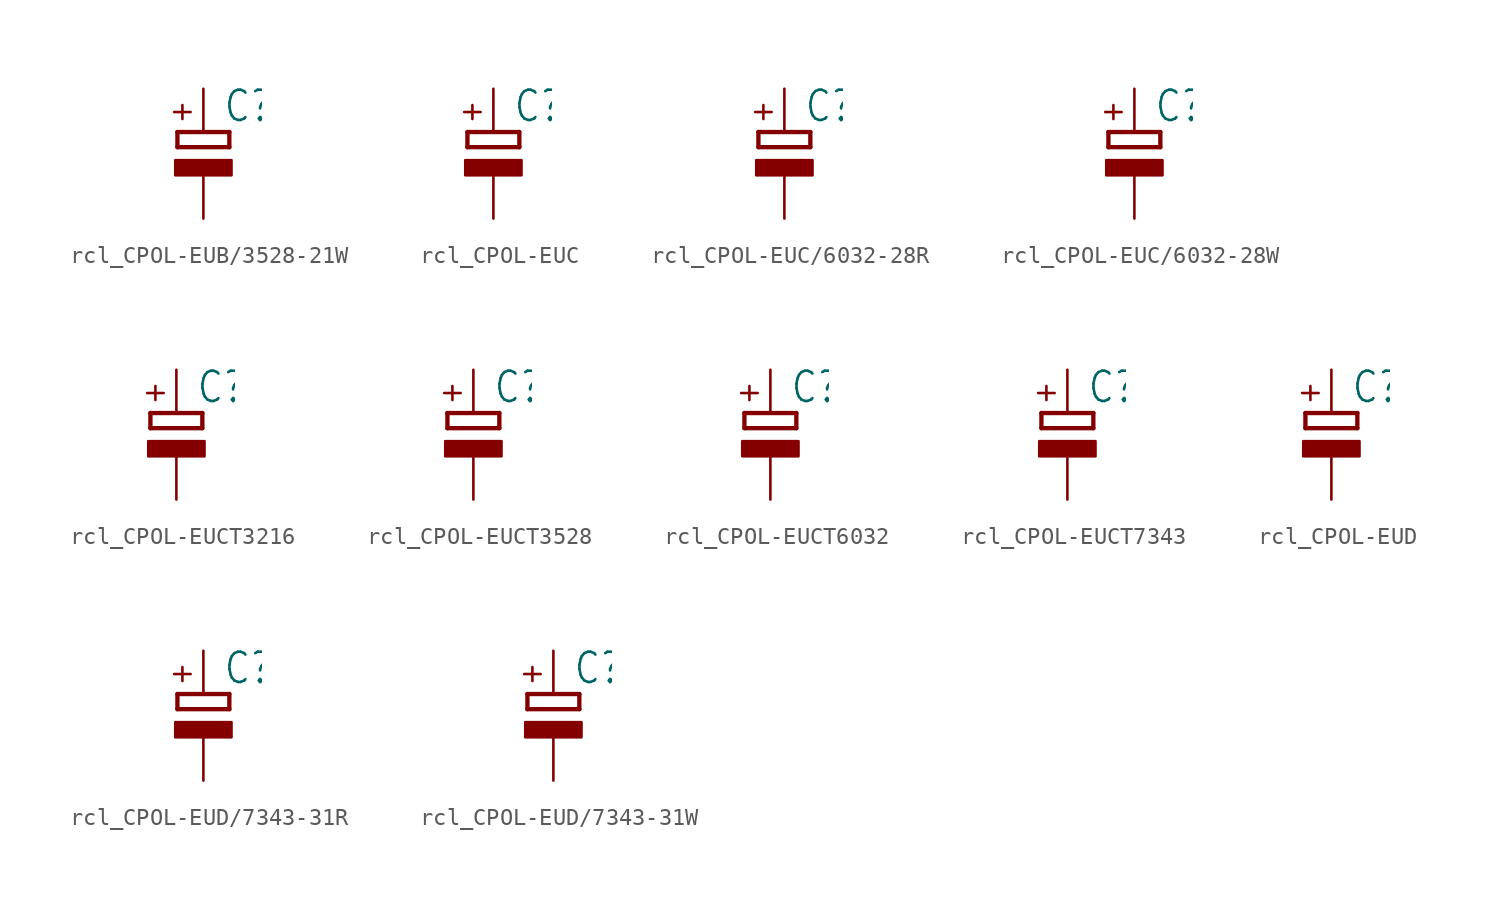
<source format=kicad_sym>
(kicad_symbol_lib
  (version 20241209)
  (generator "kicad_symbol_editor")
  (generator_version "9.0")
  (symbol "rcl_CPOL-EUB/3528-21W"
    (property "Reference" "C"
      (at 1.143 0.483 0)
      (effects (font (size 1.778 1.511)) (justify left bottom)))
    (property "Value" ""
      (at 1.143 -4.597 0)
      (effects (font (size 1.778 1.511)) (justify left bottom)))
    (property "ki_locked" ""
      (at 0 0 0)
      (effects (font (size 1.27 1.27))))
    (symbol "rcl_CPOL-EUB/3528-21W_1_0"
      (rectangle (start -1.651 -2.54) (end 1.651 -1.651) (stroke (width 0) (type default)) (fill (type outline)))
      (polyline (pts (xy -1.524 0) (xy -1.524 -0.889)) (stroke (width 0.254) (type solid)) (fill (type none)))
      (polyline (pts (xy -1.524 0) (xy 1.524 0)) (stroke (width 0.254) (type solid)) (fill (type none)))
      (polyline (pts (xy -1.524 -0.889) (xy 1.524 -0.889)) (stroke (width 0.254) (type solid)) (fill (type none)))
      (polyline (pts (xy 1.524 -0.889) (xy 1.524 0)) (stroke (width 0.254) (type solid)) (fill (type none)))
      (text "+" (at -0.584 0.406 900) (effects (font (size 1.27 1.079)) (justify left bottom)))
      (pin passive line (at 0 2.54 270) (length 2.54) (name "+" (effects (font (size 0 0)))) (number "+" (effects (font (size 0 0)))))
      (pin passive line (at 0 -5.08 90) (length 2.54) (name "-" (effects (font (size 0 0)))) (number "-" (effects (font (size 0 0)))))))
  (symbol "rcl_CPOL-EUC"
    (property "Reference" "C"
      (at 1.143 0.483 0)
      (effects (font (size 1.778 1.511)) (justify left bottom)))
    (property "Value" ""
      (at 1.143 -4.597 0)
      (effects (font (size 1.778 1.511)) (justify left bottom)))
    (property "ki_locked" ""
      (at 0 0 0)
      (effects (font (size 1.27 1.27))))
    (symbol "rcl_CPOL-EUC_1_0"
      (rectangle (start -1.651 -2.54) (end 1.651 -1.651) (stroke (width 0) (type default)) (fill (type outline)))
      (polyline (pts (xy -1.524 0) (xy -1.524 -0.889)) (stroke (width 0.254) (type solid)) (fill (type none)))
      (polyline (pts (xy -1.524 0) (xy 1.524 0)) (stroke (width 0.254) (type solid)) (fill (type none)))
      (polyline (pts (xy -1.524 -0.889) (xy 1.524 -0.889)) (stroke (width 0.254) (type solid)) (fill (type none)))
      (polyline (pts (xy 1.524 -0.889) (xy 1.524 0)) (stroke (width 0.254) (type solid)) (fill (type none)))
      (text "+" (at -0.584 0.406 900) (effects (font (size 1.27 1.079)) (justify left bottom)))
      (pin passive line (at 0 2.54 270) (length 2.54) (name "+" (effects (font (size 0 0)))) (number "+" (effects (font (size 0 0)))))
      (pin passive line (at 0 -5.08 90) (length 2.54) (name "-" (effects (font (size 0 0)))) (number "-" (effects (font (size 0 0)))))))
  (symbol "rcl_CPOL-EUC/6032-28R"
    (property "Reference" "C"
      (at 1.143 0.483 0)
      (effects (font (size 1.778 1.511)) (justify left bottom)))
    (property "Value" ""
      (at 1.143 -4.597 0)
      (effects (font (size 1.778 1.511)) (justify left bottom)))
    (property "ki_locked" ""
      (at 0 0 0)
      (effects (font (size 1.27 1.27))))
    (symbol "rcl_CPOL-EUC/6032-28R_1_0"
      (rectangle (start -1.651 -2.54) (end 1.651 -1.651) (stroke (width 0) (type default)) (fill (type outline)))
      (polyline (pts (xy -1.524 0) (xy -1.524 -0.889)) (stroke (width 0.254) (type solid)) (fill (type none)))
      (polyline (pts (xy -1.524 0) (xy 1.524 0)) (stroke (width 0.254) (type solid)) (fill (type none)))
      (polyline (pts (xy -1.524 -0.889) (xy 1.524 -0.889)) (stroke (width 0.254) (type solid)) (fill (type none)))
      (polyline (pts (xy 1.524 -0.889) (xy 1.524 0)) (stroke (width 0.254) (type solid)) (fill (type none)))
      (text "+" (at -0.584 0.406 900) (effects (font (size 1.27 1.079)) (justify left bottom)))
      (pin passive line (at 0 2.54 270) (length 2.54) (name "+" (effects (font (size 0 0)))) (number "+" (effects (font (size 0 0)))))
      (pin passive line (at 0 -5.08 90) (length 2.54) (name "-" (effects (font (size 0 0)))) (number "-" (effects (font (size 0 0)))))))
  (symbol "rcl_CPOL-EUC/6032-28W"
    (property "Reference" "C"
      (at 1.143 0.483 0)
      (effects (font (size 1.778 1.511)) (justify left bottom)))
    (property "Value" ""
      (at 1.143 -4.597 0)
      (effects (font (size 1.778 1.511)) (justify left bottom)))
    (property "ki_locked" ""
      (at 0 0 0)
      (effects (font (size 1.27 1.27))))
    (symbol "rcl_CPOL-EUC/6032-28W_1_0"
      (rectangle (start -1.651 -2.54) (end 1.651 -1.651) (stroke (width 0) (type default)) (fill (type outline)))
      (polyline (pts (xy -1.524 0) (xy -1.524 -0.889)) (stroke (width 0.254) (type solid)) (fill (type none)))
      (polyline (pts (xy -1.524 0) (xy 1.524 0)) (stroke (width 0.254) (type solid)) (fill (type none)))
      (polyline (pts (xy -1.524 -0.889) (xy 1.524 -0.889)) (stroke (width 0.254) (type solid)) (fill (type none)))
      (polyline (pts (xy 1.524 -0.889) (xy 1.524 0)) (stroke (width 0.254) (type solid)) (fill (type none)))
      (text "+" (at -0.584 0.406 900) (effects (font (size 1.27 1.079)) (justify left bottom)))
      (pin passive line (at 0 2.54 270) (length 2.54) (name "+" (effects (font (size 0 0)))) (number "+" (effects (font (size 0 0)))))
      (pin passive line (at 0 -5.08 90) (length 2.54) (name "-" (effects (font (size 0 0)))) (number "-" (effects (font (size 0 0)))))))
  (symbol "rcl_CPOL-EUCT3216"
    (property "Reference" "C"
      (at 1.143 0.483 0)
      (effects (font (size 1.778 1.511)) (justify left bottom)))
    (property "Value" ""
      (at 1.143 -4.597 0)
      (effects (font (size 1.778 1.511)) (justify left bottom)))
    (property "ki_locked" ""
      (at 0 0 0)
      (effects (font (size 1.27 1.27))))
    (symbol "rcl_CPOL-EUCT3216_1_0"
      (rectangle (start -1.651 -2.54) (end 1.651 -1.651) (stroke (width 0) (type default)) (fill (type outline)))
      (polyline (pts (xy -1.524 0) (xy -1.524 -0.889)) (stroke (width 0.254) (type solid)) (fill (type none)))
      (polyline (pts (xy -1.524 0) (xy 1.524 0)) (stroke (width 0.254) (type solid)) (fill (type none)))
      (polyline (pts (xy -1.524 -0.889) (xy 1.524 -0.889)) (stroke (width 0.254) (type solid)) (fill (type none)))
      (polyline (pts (xy 1.524 -0.889) (xy 1.524 0)) (stroke (width 0.254) (type solid)) (fill (type none)))
      (text "+" (at -0.584 0.406 900) (effects (font (size 1.27 1.079)) (justify left bottom)))
      (pin passive line (at 0 2.54 270) (length 2.54) (name "+" (effects (font (size 0 0)))) (number "+" (effects (font (size 0 0)))))
      (pin passive line (at 0 -5.08 90) (length 2.54) (name "-" (effects (font (size 0 0)))) (number "-" (effects (font (size 0 0)))))))
  (symbol "rcl_CPOL-EUCT3528"
    (property "Reference" "C"
      (at 1.143 0.483 0)
      (effects (font (size 1.778 1.511)) (justify left bottom)))
    (property "Value" ""
      (at 1.143 -4.597 0)
      (effects (font (size 1.778 1.511)) (justify left bottom)))
    (property "ki_locked" ""
      (at 0 0 0)
      (effects (font (size 1.27 1.27))))
    (symbol "rcl_CPOL-EUCT3528_1_0"
      (rectangle (start -1.651 -2.54) (end 1.651 -1.651) (stroke (width 0) (type default)) (fill (type outline)))
      (polyline (pts (xy -1.524 0) (xy -1.524 -0.889)) (stroke (width 0.254) (type solid)) (fill (type none)))
      (polyline (pts (xy -1.524 0) (xy 1.524 0)) (stroke (width 0.254) (type solid)) (fill (type none)))
      (polyline (pts (xy -1.524 -0.889) (xy 1.524 -0.889)) (stroke (width 0.254) (type solid)) (fill (type none)))
      (polyline (pts (xy 1.524 -0.889) (xy 1.524 0)) (stroke (width 0.254) (type solid)) (fill (type none)))
      (text "+" (at -0.584 0.406 900) (effects (font (size 1.27 1.079)) (justify left bottom)))
      (pin passive line (at 0 2.54 270) (length 2.54) (name "+" (effects (font (size 0 0)))) (number "+" (effects (font (size 0 0)))))
      (pin passive line (at 0 -5.08 90) (length 2.54) (name "-" (effects (font (size 0 0)))) (number "-" (effects (font (size 0 0)))))))
  (symbol "rcl_CPOL-EUCT6032"
    (property "Reference" "C"
      (at 1.143 0.483 0)
      (effects (font (size 1.778 1.511)) (justify left bottom)))
    (property "Value" ""
      (at 1.143 -4.597 0)
      (effects (font (size 1.778 1.511)) (justify left bottom)))
    (property "ki_locked" ""
      (at 0 0 0)
      (effects (font (size 1.27 1.27))))
    (symbol "rcl_CPOL-EUCT6032_1_0"
      (rectangle (start -1.651 -2.54) (end 1.651 -1.651) (stroke (width 0) (type default)) (fill (type outline)))
      (polyline (pts (xy -1.524 0) (xy -1.524 -0.889)) (stroke (width 0.254) (type solid)) (fill (type none)))
      (polyline (pts (xy -1.524 0) (xy 1.524 0)) (stroke (width 0.254) (type solid)) (fill (type none)))
      (polyline (pts (xy -1.524 -0.889) (xy 1.524 -0.889)) (stroke (width 0.254) (type solid)) (fill (type none)))
      (polyline (pts (xy 1.524 -0.889) (xy 1.524 0)) (stroke (width 0.254) (type solid)) (fill (type none)))
      (text "+" (at -0.584 0.406 900) (effects (font (size 1.27 1.079)) (justify left bottom)))
      (pin passive line (at 0 2.54 270) (length 2.54) (name "+" (effects (font (size 0 0)))) (number "+" (effects (font (size 0 0)))))
      (pin passive line (at 0 -5.08 90) (length 2.54) (name "-" (effects (font (size 0 0)))) (number "-" (effects (font (size 0 0)))))))
  (symbol "rcl_CPOL-EUCT7343"
    (property "Reference" "C"
      (at 1.143 0.483 0)
      (effects (font (size 1.778 1.511)) (justify left bottom)))
    (property "Value" ""
      (at 1.143 -4.597 0)
      (effects (font (size 1.778 1.511)) (justify left bottom)))
    (property "ki_locked" ""
      (at 0 0 0)
      (effects (font (size 1.27 1.27))))
    (symbol "rcl_CPOL-EUCT7343_1_0"
      (rectangle (start -1.651 -2.54) (end 1.651 -1.651) (stroke (width 0) (type default)) (fill (type outline)))
      (polyline (pts (xy -1.524 0) (xy -1.524 -0.889)) (stroke (width 0.254) (type solid)) (fill (type none)))
      (polyline (pts (xy -1.524 0) (xy 1.524 0)) (stroke (width 0.254) (type solid)) (fill (type none)))
      (polyline (pts (xy -1.524 -0.889) (xy 1.524 -0.889)) (stroke (width 0.254) (type solid)) (fill (type none)))
      (polyline (pts (xy 1.524 -0.889) (xy 1.524 0)) (stroke (width 0.254) (type solid)) (fill (type none)))
      (text "+" (at -0.584 0.406 900) (effects (font (size 1.27 1.079)) (justify left bottom)))
      (pin passive line (at 0 2.54 270) (length 2.54) (name "+" (effects (font (size 0 0)))) (number "+" (effects (font (size 0 0)))))
      (pin passive line (at 0 -5.08 90) (length 2.54) (name "-" (effects (font (size 0 0)))) (number "-" (effects (font (size 0 0)))))))
  (symbol "rcl_CPOL-EUD"
    (property "Reference" "C"
      (at 1.143 0.483 0)
      (effects (font (size 1.778 1.511)) (justify left bottom)))
    (property "Value" ""
      (at 1.143 -4.597 0)
      (effects (font (size 1.778 1.511)) (justify left bottom)))
    (property "ki_locked" ""
      (at 0 0 0)
      (effects (font (size 1.27 1.27))))
    (symbol "rcl_CPOL-EUD_1_0"
      (rectangle (start -1.651 -2.54) (end 1.651 -1.651) (stroke (width 0) (type default)) (fill (type outline)))
      (polyline (pts (xy -1.524 0) (xy -1.524 -0.889)) (stroke (width 0.254) (type solid)) (fill (type none)))
      (polyline (pts (xy -1.524 0) (xy 1.524 0)) (stroke (width 0.254) (type solid)) (fill (type none)))
      (polyline (pts (xy -1.524 -0.889) (xy 1.524 -0.889)) (stroke (width 0.254) (type solid)) (fill (type none)))
      (polyline (pts (xy 1.524 -0.889) (xy 1.524 0)) (stroke (width 0.254) (type solid)) (fill (type none)))
      (text "+" (at -0.584 0.406 900) (effects (font (size 1.27 1.079)) (justify left bottom)))
      (pin passive line (at 0 2.54 270) (length 2.54) (name "+" (effects (font (size 0 0)))) (number "+" (effects (font (size 0 0)))))
      (pin passive line (at 0 -5.08 90) (length 2.54) (name "-" (effects (font (size 0 0)))) (number "-" (effects (font (size 0 0)))))))
  (symbol "rcl_CPOL-EUD/7343-31R"
    (property "Reference" "C"
      (at 1.143 0.483 0)
      (effects (font (size 1.778 1.511)) (justify left bottom)))
    (property "Value" ""
      (at 1.143 -4.597 0)
      (effects (font (size 1.778 1.511)) (justify left bottom)))
    (property "ki_locked" ""
      (at 0 0 0)
      (effects (font (size 1.27 1.27))))
    (symbol "rcl_CPOL-EUD/7343-31R_1_0"
      (rectangle (start -1.651 -2.54) (end 1.651 -1.651) (stroke (width 0) (type default)) (fill (type outline)))
      (polyline (pts (xy -1.524 0) (xy -1.524 -0.889)) (stroke (width 0.254) (type solid)) (fill (type none)))
      (polyline (pts (xy -1.524 0) (xy 1.524 0)) (stroke (width 0.254) (type solid)) (fill (type none)))
      (polyline (pts (xy -1.524 -0.889) (xy 1.524 -0.889)) (stroke (width 0.254) (type solid)) (fill (type none)))
      (polyline (pts (xy 1.524 -0.889) (xy 1.524 0)) (stroke (width 0.254) (type solid)) (fill (type none)))
      (text "+" (at -0.584 0.406 900) (effects (font (size 1.27 1.079)) (justify left bottom)))
      (pin passive line (at 0 2.54 270) (length 2.54) (name "+" (effects (font (size 0 0)))) (number "+" (effects (font (size 0 0)))))
      (pin passive line (at 0 -5.08 90) (length 2.54) (name "-" (effects (font (size 0 0)))) (number "-" (effects (font (size 0 0)))))))
  (symbol "rcl_CPOL-EUD/7343-31W"
    (property "Reference" "C"
      (at 1.143 0.483 0)
      (effects (font (size 1.778 1.511)) (justify left bottom)))
    (property "Value" ""
      (at 1.143 -4.597 0)
      (effects (font (size 1.778 1.511)) (justify left bottom)))
    (property "ki_locked" ""
      (at 0 0 0)
      (effects (font (size 1.27 1.27))))
    (symbol "rcl_CPOL-EUD/7343-31W_1_0"
      (rectangle (start -1.651 -2.54) (end 1.651 -1.651) (stroke (width 0) (type default)) (fill (type outline)))
      (polyline (pts (xy -1.524 0) (xy -1.524 -0.889)) (stroke (width 0.254) (type solid)) (fill (type none)))
      (polyline (pts (xy -1.524 0) (xy 1.524 0)) (stroke (width 0.254) (type solid)) (fill (type none)))
      (polyline (pts (xy -1.524 -0.889) (xy 1.524 -0.889)) (stroke (width 0.254) (type solid)) (fill (type none)))
      (polyline (pts (xy 1.524 -0.889) (xy 1.524 0)) (stroke (width 0.254) (type solid)) (fill (type none)))
      (text "+" (at -0.584 0.406 900) (effects (font (size 1.27 1.079)) (justify left bottom)))
      (pin passive line (at 0 2.54 270) (length 2.54) (name "+" (effects (font (size 0 0)))) (number "+" (effects (font (size 0 0)))))
      (pin passive line (at 0 -5.08 90) (length 2.54) (name "-" (effects (font (size 0 0)))) (number "-" (effects (font (size 0 0))))))))
</source>
